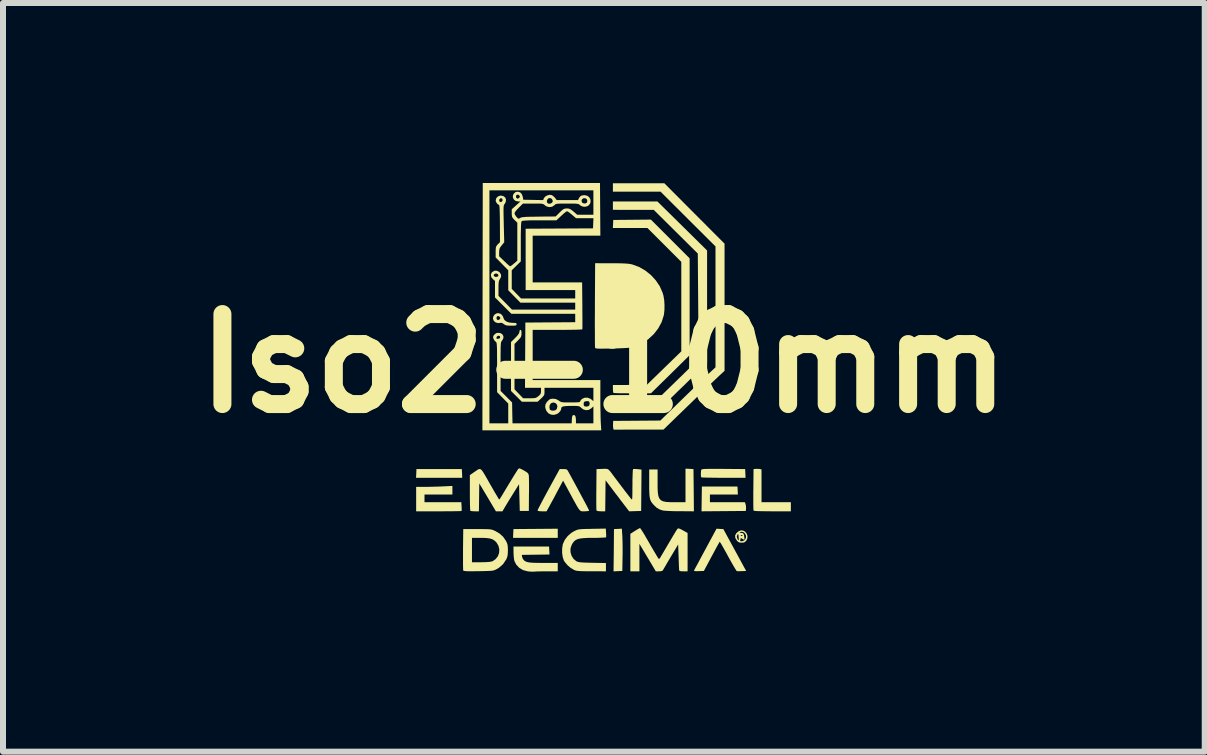
<source format=kicad_pcb>
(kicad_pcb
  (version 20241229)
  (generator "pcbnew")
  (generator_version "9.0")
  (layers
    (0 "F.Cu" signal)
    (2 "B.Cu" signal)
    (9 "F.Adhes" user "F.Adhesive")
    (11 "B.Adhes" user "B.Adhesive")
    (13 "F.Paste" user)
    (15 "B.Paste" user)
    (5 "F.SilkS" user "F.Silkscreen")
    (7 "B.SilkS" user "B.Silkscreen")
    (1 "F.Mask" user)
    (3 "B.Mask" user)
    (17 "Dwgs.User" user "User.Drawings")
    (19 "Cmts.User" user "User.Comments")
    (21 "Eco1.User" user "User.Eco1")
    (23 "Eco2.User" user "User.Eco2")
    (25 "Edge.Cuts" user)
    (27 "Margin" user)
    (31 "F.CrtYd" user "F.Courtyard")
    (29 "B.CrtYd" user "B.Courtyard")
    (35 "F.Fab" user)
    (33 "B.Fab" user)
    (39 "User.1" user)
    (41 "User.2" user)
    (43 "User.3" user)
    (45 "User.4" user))
  (footprint "Iso2-10mm"
    (layer "F.Cu")
    (at 7.014 3.006)
    (property "Reference" "Iso2-10mm" (at 0 0 0) (layer "F.SilkS") (effects (font (size 1.5 1.5) (thickness 0.3))))
    (attr board_only exclude_from_pos_files exclude_from_bom)
    (fp_poly (pts (xy -2.363 1.835) (xy -2.36 1.907) (xy -2.745 1.907) (xy -3.13 1.907) (xy -3.126 1.835) (xy -3.123 1.762) (xy -2.745 1.762) (xy -2.367 1.762)) (stroke (width 0) (type solid)) (fill yes) (layer "F.SilkS"))
    (fp_poly (pts (xy -0.768 2.832) (xy -0.768 2.908) (xy -1.14 2.908) (xy -1.513 2.908) (xy -1.51 2.835) (xy -1.506 2.762) (xy -1.137 2.759) (xy -0.768 2.756)) (stroke (width 0) (type solid)) (fill yes) (layer "F.SilkS"))
    (fp_poly (pts (xy 0.308 2.875) (xy 0.31 2.926) (xy 0.312 2.994) (xy 0.313 3.072) (xy 0.313 3.155) (xy 0.312 3.227) (xy 0.308 3.46) (xy 0.235 3.463) (xy 0.162 3.467) (xy 0.166 3.115) (xy 0.169 2.762) (xy 0.234 2.759) (xy 0.3 2.755)) (stroke (width 0) (type solid)) (fill yes) (layer "F.SilkS"))
    (fp_poly (pts (xy 2.231 2.12) (xy 2.234 2.186) (xy 2.001 2.186) (xy 1.768 2.186) (xy 1.768 2.25) (xy 1.768 2.314) (xy 2.059 2.314) (xy 2.35 2.314) (xy 2.362 2.346) (xy 2.369 2.38) (xy 2.37 2.418) (xy 2.37 2.418) (xy 2.367 2.46) (xy 1.997 2.463) (xy 1.628 2.466) (xy 1.631 2.259) (xy 1.634 2.053) (xy 1.931 2.053) (xy 2.227 2.053)) (stroke (width 0) (type solid)) (fill yes) (layer "F.SilkS"))
    (fp_poly (pts (xy 1.978 1.759) (xy 1.995 1.759) (xy 2.355 1.762) (xy 2.359 1.835) (xy 2.362 1.907) (xy 1.997 1.907) (xy 1.907 1.907) (xy 1.825 1.906) (xy 1.753 1.905) (xy 1.694 1.904) (xy 1.652 1.902) (xy 1.628 1.901) (xy 1.624 1.9) (xy 1.619 1.883) (xy 1.617 1.852) (xy 1.618 1.817) (xy 1.621 1.786) (xy 1.626 1.771) (xy 1.634 1.766) (xy 1.653 1.763) (xy 1.684 1.76) (xy 1.73 1.759) (xy 1.793 1.758) (xy 1.875 1.758)) (stroke (width 0) (type solid)) (fill yes) (layer "F.SilkS"))
    (fp_poly (pts (xy 2.601 1.761) (xy 2.628 1.768) (xy 2.628 2.041) (xy 2.628 2.314) (xy 2.873 2.314) (xy 3.117 2.314) (xy 3.117 2.39) (xy 3.117 2.466) (xy 2.808 2.466) (xy 2.71 2.465) (xy 2.634 2.464) (xy 2.576 2.463) (xy 2.535 2.461) (xy 2.51 2.458) (xy 2.497 2.454) (xy 2.494 2.451) (xy 2.493 2.436) (xy 2.492 2.401) (xy 2.491 2.348) (xy 2.491 2.282) (xy 2.491 2.204) (xy 2.491 2.119) (xy 2.492 2.099) (xy 2.495 1.762) (xy 2.534 1.758) (xy 2.57 1.758)) (stroke (width 0) (type solid)) (fill yes) (layer "F.SilkS"))
    (fp_poly (pts (xy -2.524 2.115) (xy -2.524 2.186) (xy -2.756 2.186) (xy -2.989 2.186) (xy -2.989 2.25) (xy -2.989 2.314) (xy -2.682 2.314) (xy -2.375 2.314) (xy -2.371 2.385) (xy -2.369 2.423) (xy -2.37 2.451) (xy -2.372 2.461) (xy -2.384 2.462) (xy -2.417 2.463) (xy -2.467 2.464) (xy -2.533 2.465) (xy -2.61 2.465) (xy -2.697 2.466) (xy -2.752 2.466) (xy -3.128 2.466) (xy -3.128 2.262) (xy -3.128 2.059) (xy -2.992 2.058) (xy -2.925 2.058) (xy -2.845 2.056) (xy -2.763 2.054) (xy -2.689 2.051) (xy -2.524 2.043)) (stroke (width 0) (type solid)) (fill yes) (layer "F.SilkS"))
    (fp_poly (pts (xy 1.107 -2.073) (xy 1.43 -1.75) (xy 1.43 -0.943) (xy 1.43 -0.136) (xy 1.108 0.182) (xy 0.785 0.499) (xy 0.476 0.5) (xy 0.393 0.499) (xy 0.318 0.499) (xy 0.254 0.498) (xy 0.204 0.496) (xy 0.172 0.494) (xy 0.159 0.492) (xy 0.155 0.477) (xy 0.152 0.447) (xy 0.151 0.423) (xy 0.151 0.361) (xy 0.433 0.36) (xy 0.715 0.36) (xy 1.003 0.08) (xy 1.291 -0.2) (xy 1.291 -0.946) (xy 1.291 -1.692) (xy 1.009 -1.974) (xy 0.727 -2.256) (xy 0.438 -2.256) (xy 0.15 -2.256) (xy 0.154 -2.323) (xy 0.157 -2.39) (xy 0.471 -2.393) (xy 0.784 -2.396)) (stroke (width 0) (type solid)) (fill yes) (layer "F.SilkS"))
    (fp_poly (pts (xy -0.909 3.12) (xy -0.906 3.186) (xy -1.136 3.189) (xy -1.367 3.192) (xy -1.363 3.222) (xy -1.352 3.254) (xy -1.339 3.273) (xy -1.322 3.29) (xy -1.301 3.303) (xy -1.274 3.312) (xy -1.237 3.319) (xy -1.188 3.323) (xy -1.122 3.325) (xy -1.038 3.326) (xy -1.006 3.326) (xy -0.768 3.326) (xy -0.768 3.396) (xy -0.768 3.466) (xy -0.935 3.466) (xy -0.999 3.466) (xy -1.06 3.467) (xy -1.112 3.468) (xy -1.147 3.47) (xy -1.153 3.471) (xy -1.195 3.472) (xy -1.245 3.469) (xy -1.269 3.466) (xy -1.346 3.446) (xy -1.41 3.408) (xy -1.46 3.354) (xy -1.49 3.295) (xy -1.497 3.262) (xy -1.502 3.215) (xy -1.505 3.163) (xy -1.505 3.152) (xy -1.506 3.053) (xy -1.21 3.053) (xy -0.913 3.053)) (stroke (width 0) (type solid)) (fill yes) (layer "F.SilkS"))
    (fp_poly (pts (xy 1.428 1.758) (xy 1.494 1.762) (xy 1.498 2.114) (xy 1.501 2.466) (xy 1.265 2.464) (xy 1.19 2.464) (xy 1.121 2.462) (xy 1.061 2.459) (xy 1.015 2.456) (xy 0.987 2.453) (xy 0.985 2.453) (xy 0.925 2.433) (xy 0.875 2.402) (xy 0.832 2.36) (xy 0.808 2.332) (xy 0.789 2.306) (xy 0.776 2.279) (xy 0.767 2.246) (xy 0.761 2.204) (xy 0.758 2.15) (xy 0.756 2.079) (xy 0.756 2.001) (xy 0.756 1.768) (xy 0.826 1.768) (xy 0.896 1.768) (xy 0.896 1.98) (xy 0.896 2.077) (xy 0.9 2.153) (xy 0.909 2.211) (xy 0.926 2.253) (xy 0.952 2.282) (xy 0.989 2.3) (xy 1.041 2.31) (xy 1.109 2.314) (xy 1.189 2.314) (xy 1.361 2.314) (xy 1.361 2.035) (xy 1.361 1.755)) (stroke (width 0) (type solid)) (fill yes) (layer "F.SilkS"))
    (fp_poly (pts (xy 1.935 2.759) (xy 1.992 2.762) (xy 2.182 3.111) (xy 2.372 3.46) (xy 2.301 3.463) (xy 2.261 3.464) (xy 2.229 3.464) (xy 2.216 3.462) (xy 2.206 3.45) (xy 2.188 3.421) (xy 2.162 3.378) (xy 2.13 3.322) (xy 2.094 3.258) (xy 2.069 3.212) (xy 2.032 3.144) (xy 1.998 3.084) (xy 1.97 3.034) (xy 1.948 2.997) (xy 1.934 2.977) (xy 1.931 2.973) (xy 1.924 2.985) (xy 1.907 3.014) (xy 1.883 3.057) (xy 1.853 3.113) (xy 1.819 3.177) (xy 1.796 3.219) (xy 1.667 3.46) (xy 1.582 3.463) (xy 1.539 3.464) (xy 1.511 3.461) (xy 1.502 3.456) (xy 1.502 3.456) (xy 1.508 3.443) (xy 1.524 3.413) (xy 1.549 3.367) (xy 1.581 3.308) (xy 1.618 3.238) (xy 1.66 3.16) (xy 1.692 3.101) (xy 1.878 2.756)) (stroke (width 0) (type solid)) (fill yes) (layer "F.SilkS"))
    (fp_poly (pts (xy -1.722 -0.827) (xy -1.691 -0.799) (xy -1.674 -0.762) (xy -1.673 -0.756) (xy -1.657 -0.723) (xy -1.623 -0.697) (xy -1.575 -0.68) (xy -1.522 -0.675) (xy -1.483 -0.674) (xy -1.463 -0.67) (xy -1.455 -0.661) (xy -1.454 -0.651) (xy -1.456 -0.64) (xy -1.465 -0.633) (xy -1.486 -0.629) (xy -1.524 -0.628) (xy -1.544 -0.628) (xy -1.593 -0.629) (xy -1.625 -0.633) (xy -1.649 -0.642) (xy -1.669 -0.656) (xy -1.697 -0.674) (xy -1.721 -0.676) (xy -1.73 -0.674) (xy -1.766 -0.671) (xy -1.804 -0.683) (xy -1.833 -0.707) (xy -1.848 -0.742) (xy -1.845 -0.768) (xy -1.789 -0.768) (xy -1.787 -0.74) (xy -1.787 -0.739) (xy -1.772 -0.723) (xy -1.764 -0.721) (xy -1.743 -0.729) (xy -1.733 -0.739) (xy -1.724 -0.757) (xy -1.733 -0.773) (xy -1.756 -0.789) (xy -1.777 -0.785) (xy -1.789 -0.768) (xy -1.845 -0.768) (xy -1.843 -0.779) (xy -1.823 -0.811) (xy -1.791 -0.832) (xy -1.76 -0.837)) (stroke (width 0) (type solid)) (fill yes) (layer "F.SilkS"))
    (fp_poly (pts (xy 1.307 -2.29) (xy 1.721 -1.881) (xy 1.721 -0.945) (xy 1.721 -0.009) (xy 1.468 0.237) (xy 1.395 0.309) (xy 1.317 0.385) (xy 1.239 0.46) (xy 1.166 0.532) (xy 1.101 0.595) (xy 1.053 0.642) (xy 0.89 0.802) (xy 0.526 0.802) (xy 0.421 0.802) (xy 0.338 0.802) (xy 0.273 0.801) (xy 0.225 0.799) (xy 0.192 0.797) (xy 0.171 0.794) (xy 0.159 0.79) (xy 0.156 0.786) (xy 0.153 0.766) (xy 0.153 0.732) (xy 0.153 0.714) (xy 0.157 0.657) (xy 0.501 0.651) (xy 0.846 0.645) (xy 1.187 0.314) (xy 1.262 0.241) (xy 1.332 0.173) (xy 1.396 0.11) (xy 1.452 0.056) (xy 1.498 0.011) (xy 1.531 -0.022) (xy 1.551 -0.041) (xy 1.554 -0.044) (xy 1.58 -0.071) (xy 1.573 -0.951) (xy 1.566 -1.83) (xy 1.199 -2.194) (xy 0.832 -2.558) (xy 0.491 -2.558) (xy 0.151 -2.559) (xy 0.151 -2.628) (xy 0.151 -2.698) (xy 0.522 -2.698) (xy 0.893 -2.698)) (stroke (width 0) (type solid)) (fill yes) (layer "F.SilkS"))
    (fp_poly (pts (xy 1.51 -2.498) (xy 2.012 -1.995) (xy 2.012 -0.935) (xy 2.012 0.125) (xy 1.951 0.181) (xy 1.924 0.206) (xy 1.883 0.245) (xy 1.829 0.296) (xy 1.766 0.357) (xy 1.694 0.426) (xy 1.617 0.5) (xy 1.537 0.577) (xy 1.456 0.656) (xy 1.375 0.734) (xy 1.298 0.809) (xy 1.226 0.878) (xy 1.17 0.933) (xy 0.994 1.104) (xy 0.579 1.104) (xy 0.163 1.105) (xy 0.156 1.078) (xy 0.153 1.048) (xy 0.153 1.01) (xy 0.153 1.005) (xy 0.157 0.959) (xy 0.549 0.956) (xy 0.942 0.953) (xy 1.166 0.735) (xy 1.277 0.626) (xy 1.382 0.524) (xy 1.48 0.429) (xy 1.569 0.343) (xy 1.647 0.268) (xy 1.712 0.205) (xy 1.764 0.156) (xy 1.794 0.128) (xy 1.861 0.066) (xy 1.861 -0.942) (xy 1.861 -1.949) (xy 1.403 -2.405) (xy 0.946 -2.861) (xy 0.549 -2.861) (xy 0.151 -2.861) (xy 0.151 -2.931) (xy 0.151 -3.001) (xy 0.58 -3.001) (xy 1.009 -3.001)) (stroke (width 0) (type solid)) (fill yes) (layer "F.SilkS"))
    (fp_poly (pts (xy -0.639 1.763) (xy -0.618 1.769) (xy -0.603 1.785) (xy -0.593 1.803) (xy -0.543 1.894) (xy -0.493 1.986) (xy -0.444 2.076) (xy -0.398 2.162) (xy -0.356 2.241) (xy -0.318 2.311) (xy -0.287 2.369) (xy -0.264 2.415) (xy -0.249 2.444) (xy -0.244 2.455) (xy -0.255 2.46) (xy -0.283 2.464) (xy -0.32 2.466) (xy -0.343 2.466) (xy -0.362 2.466) (xy -0.378 2.463) (xy -0.393 2.455) (xy -0.408 2.439) (xy -0.426 2.415) (xy -0.448 2.379) (xy -0.475 2.33) (xy -0.511 2.266) (xy -0.555 2.183) (xy -0.564 2.167) (xy -0.679 1.955) (xy -0.789 2.161) (xy -0.824 2.228) (xy -0.858 2.29) (xy -0.888 2.345) (xy -0.911 2.388) (xy -0.926 2.415) (xy -0.927 2.416) (xy -0.955 2.466) (xy -1.03 2.466) (xy -1.075 2.464) (xy -1.099 2.458) (xy -1.105 2.451) (xy -1.099 2.438) (xy -1.084 2.406) (xy -1.06 2.36) (xy -1.029 2.3) (xy -0.992 2.231) (xy -0.95 2.153) (xy -0.921 2.099) (xy -0.736 1.762) (xy -0.676 1.762)) (stroke (width 0) (type solid)) (fill yes) (layer "F.SilkS"))
    (fp_poly (pts (xy 0.128 -1.668) (xy 0.222 -1.668) (xy 0.297 -1.667) (xy 0.355 -1.664) (xy 0.4 -1.661) (xy 0.437 -1.656) (xy 0.467 -1.65) (xy 0.475 -1.648) (xy 0.587 -1.607) (xy 0.691 -1.547) (xy 0.786 -1.471) (xy 0.867 -1.382) (xy 0.933 -1.284) (xy 0.979 -1.178) (xy 0.994 -1.127) (xy 1.006 -1.055) (xy 1.011 -0.973) (xy 1.01 -0.889) (xy 1.002 -0.815) (xy 0.999 -0.8) (xy 0.964 -0.689) (xy 0.908 -0.585) (xy 0.835 -0.49) (xy 0.746 -0.407) (xy 0.644 -0.338) (xy 0.532 -0.286) (xy 0.483 -0.271) (xy 0.45 -0.264) (xy 0.399 -0.258) (xy 0.329 -0.254) (xy 0.239 -0.25) (xy 0.143 -0.247) (xy 0.053 -0.246) (xy -0.016 -0.245) (xy -0.067 -0.245) (xy -0.103 -0.246) (xy -0.126 -0.249) (xy -0.139 -0.252) (xy -0.145 -0.257) (xy -0.146 -0.258) (xy -0.147 -0.273) (xy -0.148 -0.308) (xy -0.149 -0.363) (xy -0.149 -0.435) (xy -0.149 -0.522) (xy -0.15 -0.621) (xy -0.15 -0.731) (xy -0.149 -0.85) (xy -0.149 -0.972) (xy -0.145 -1.669)) (stroke (width 0) (type solid)) (fill yes) (layer "F.SilkS"))
    (fp_poly (pts (xy 0.059 1.761) (xy 0.078 1.771) (xy 0.098 1.791) (xy 0.123 1.822) (xy 0.157 1.868) (xy 0.183 1.903) (xy 0.22 1.952) (xy 0.263 2.009) (xy 0.31 2.071) (xy 0.356 2.132) (xy 0.399 2.187) (xy 0.434 2.232) (xy 0.456 2.26) (xy 0.463 2.267) (xy 0.468 2.268) (xy 0.471 2.261) (xy 0.474 2.243) (xy 0.475 2.211) (xy 0.476 2.163) (xy 0.476 2.096) (xy 0.477 2.027) (xy 0.477 1.949) (xy 0.479 1.88) (xy 0.481 1.825) (xy 0.483 1.785) (xy 0.487 1.765) (xy 0.488 1.762) (xy 0.504 1.76) (xy 0.536 1.761) (xy 0.563 1.763) (xy 0.628 1.771) (xy 0.625 2.115) (xy 0.622 2.46) (xy 0.522 2.463) (xy 0.422 2.466) (xy 0.353 2.376) (xy 0.322 2.335) (xy 0.281 2.282) (xy 0.235 2.22) (xy 0.186 2.157) (xy 0.156 2.117) (xy 0.029 1.949) (xy 0.026 2.207) (xy 0.023 2.466) (xy -0.047 2.466) (xy -0.093 2.463) (xy -0.118 2.456) (xy -0.123 2.451) (xy -0.124 2.436) (xy -0.125 2.401) (xy -0.126 2.348) (xy -0.126 2.282) (xy -0.126 2.204) (xy -0.125 2.119) (xy -0.125 2.099) (xy -0.122 1.762) (xy -0.026 1.759) (xy 0.011 1.757) (xy 0.038 1.757)) (stroke (width 0) (type solid)) (fill yes) (layer "F.SilkS"))
    (fp_poly (pts (xy 0.037 2.822) (xy 0.039 2.86) (xy 0.039 2.888) (xy 0.038 2.899) (xy 0.025 2.902) (xy -0.007 2.904) (xy -0.054 2.906) (xy -0.113 2.908) (xy -0.172 2.908) (xy -0.267 2.909) (xy -0.341 2.913) (xy -0.399 2.92) (xy -0.443 2.932) (xy -0.477 2.95) (xy -0.503 2.974) (xy -0.525 3.006) (xy -0.537 3.029) (xy -0.556 3.087) (xy -0.555 3.149) (xy -0.537 3.209) (xy -0.504 3.26) (xy -0.458 3.298) (xy -0.454 3.3) (xy -0.435 3.307) (xy -0.411 3.313) (xy -0.378 3.317) (xy -0.332 3.32) (xy -0.27 3.322) (xy -0.189 3.324) (xy 0.035 3.328) (xy 0.035 3.397) (xy 0.035 3.466) (xy -0.206 3.465) (xy -0.29 3.465) (xy -0.353 3.464) (xy -0.401 3.462) (xy -0.436 3.459) (xy -0.462 3.455) (xy -0.482 3.449) (xy -0.496 3.443) (xy -0.553 3.409) (xy -0.607 3.363) (xy -0.65 3.311) (xy -0.666 3.286) (xy -0.685 3.23) (xy -0.695 3.161) (xy -0.695 3.088) (xy -0.685 3.02) (xy -0.682 3.01) (xy -0.651 2.942) (xy -0.602 2.878) (xy -0.54 2.824) (xy -0.491 2.795) (xy -0.467 2.784) (xy -0.446 2.775) (xy -0.423 2.769) (xy -0.394 2.765) (xy -0.356 2.762) (xy -0.304 2.76) (xy -0.235 2.759) (xy -0.196 2.758) (xy 0.033 2.754)) (stroke (width 0) (type solid)) (fill yes) (layer "F.SilkS"))
    (fp_poly (pts (xy 0.612 2.754) (xy 0.63 2.781) (xy 0.655 2.82) (xy 0.685 2.869) (xy 0.698 2.893) (xy 0.746 2.975) (xy 0.791 3.054) (xy 0.833 3.125) (xy 0.868 3.184) (xy 0.895 3.229) (xy 0.904 3.243) (xy 0.913 3.256) (xy 0.921 3.26) (xy 0.932 3.25) (xy 0.948 3.225) (xy 0.964 3.197) (xy 1.028 3.089) (xy 1.08 3) (xy 1.123 2.928) (xy 1.157 2.87) (xy 1.183 2.827) (xy 1.202 2.795) (xy 1.216 2.774) (xy 1.225 2.762) (xy 1.228 2.758) (xy 1.238 2.751) (xy 1.255 2.753) (xy 1.282 2.764) (xy 1.319 2.784) (xy 1.396 2.827) (xy 1.396 3.146) (xy 1.396 3.466) (xy 1.326 3.466) (xy 1.286 3.465) (xy 1.265 3.46) (xy 1.256 3.451) (xy 1.255 3.445) (xy 1.254 3.427) (xy 1.252 3.391) (xy 1.25 3.339) (xy 1.248 3.277) (xy 1.246 3.222) (xy 1.239 3.018) (xy 1.121 3.216) (xy 1.084 3.278) (xy 1.05 3.335) (xy 1.022 3.384) (xy 1.001 3.419) (xy 0.99 3.439) (xy 0.99 3.44) (xy 0.977 3.456) (xy 0.955 3.464) (xy 0.921 3.466) (xy 0.866 3.466) (xy 0.73 3.237) (xy 0.593 3.008) (xy 0.593 3.237) (xy 0.593 3.466) (xy 0.518 3.466) (xy 0.442 3.466) (xy 0.442 3.154) (xy 0.442 2.841) (xy 0.517 2.793) (xy 0.555 2.77) (xy 0.585 2.753) (xy 0.602 2.745) (xy 0.603 2.745)) (stroke (width 0) (type solid)) (fill yes) (layer "F.SilkS"))
    (fp_poly (pts (xy -2.031 2.762) (xy -1.971 2.763) (xy -1.927 2.764) (xy -1.894 2.767) (xy -1.868 2.771) (xy -1.847 2.778) (xy -1.826 2.787) (xy -1.814 2.792) (xy -1.737 2.837) (xy -1.677 2.892) (xy -1.633 2.956) (xy -1.616 2.99) (xy -1.606 3.02) (xy -1.601 3.055) (xy -1.599 3.102) (xy -1.599 3.117) (xy -1.601 3.172) (xy -1.606 3.212) (xy -1.616 3.244) (xy -1.627 3.268) (xy -1.679 3.346) (xy -1.747 3.406) (xy -1.785 3.429) (xy -1.805 3.439) (xy -1.824 3.447) (xy -1.845 3.453) (xy -1.872 3.457) (xy -1.908 3.459) (xy -1.958 3.461) (xy -2.024 3.463) (xy -2.091 3.464) (xy -2.176 3.465) (xy -2.24 3.465) (xy -2.286 3.464) (xy -2.317 3.461) (xy -2.335 3.458) (xy -2.343 3.453) (xy -2.344 3.452) (xy -2.345 3.437) (xy -2.346 3.401) (xy -2.347 3.349) (xy -2.347 3.282) (xy -2.347 3.205) (xy -2.347 3.119) (xy -2.347 3.111) (xy -2.198 3.111) (xy -2.198 3.315) (xy -2.047 3.315) (xy -1.965 3.313) (xy -1.905 3.309) (xy -1.865 3.301) (xy -1.858 3.299) (xy -1.805 3.264) (xy -1.767 3.217) (xy -1.746 3.161) (xy -1.742 3.1) (xy -1.756 3.041) (xy -1.789 2.986) (xy -1.798 2.976) (xy -1.828 2.949) (xy -1.862 2.93) (xy -1.903 2.918) (xy -1.957 2.911) (xy -2.028 2.908) (xy -2.063 2.908) (xy -2.198 2.908) (xy -2.198 3.111) (xy -2.347 3.111) (xy -2.347 3.099) (xy -2.343 2.762) (xy -2.111 2.762)) (stroke (width 0) (type solid)) (fill yes) (layer "F.SilkS"))
    (fp_poly (pts (xy -1.397 1.753) (xy -1.37 1.765) (xy -1.333 1.785) (xy -1.293 1.809) (xy -1.268 1.828) (xy -1.256 1.846) (xy -1.251 1.865) (xy -1.249 1.886) (xy -1.248 1.928) (xy -1.247 1.985) (xy -1.247 2.054) (xy -1.247 2.131) (xy -1.248 2.181) (xy -1.25 2.46) (xy -1.326 2.46) (xy -1.401 2.46) (xy -1.407 2.237) (xy -1.413 2.014) (xy -1.502 2.156) (xy -1.539 2.216) (xy -1.577 2.277) (xy -1.611 2.333) (xy -1.638 2.378) (xy -1.64 2.381) (xy -1.69 2.466) (xy -1.744 2.466) (xy -1.799 2.466) (xy -1.937 2.233) (xy -2.076 2.001) (xy -2.079 2.233) (xy -2.082 2.466) (xy -2.15 2.466) (xy -2.188 2.464) (xy -2.215 2.461) (xy -2.225 2.458) (xy -2.227 2.445) (xy -2.229 2.411) (xy -2.231 2.361) (xy -2.232 2.297) (xy -2.233 2.223) (xy -2.233 2.156) (xy -2.233 1.862) (xy -2.166 1.816) (xy -2.132 1.793) (xy -2.105 1.774) (xy -2.084 1.763) (xy -2.065 1.761) (xy -2.047 1.769) (xy -2.028 1.789) (xy -2.005 1.823) (xy -1.976 1.872) (xy -1.938 1.938) (xy -1.9 2.006) (xy -1.859 2.077) (xy -1.823 2.14) (xy -1.791 2.193) (xy -1.767 2.234) (xy -1.751 2.26) (xy -1.745 2.268) (xy -1.742 2.267) (xy -1.739 2.265) (xy -1.733 2.258) (xy -1.724 2.244) (xy -1.71 2.222) (xy -1.69 2.189) (xy -1.662 2.142) (xy -1.625 2.081) (xy -1.577 2.001) (xy -1.573 1.995) (xy -1.533 1.929) (xy -1.497 1.87) (xy -1.466 1.821) (xy -1.442 1.783) (xy -1.428 1.762) (xy -1.425 1.758) (xy -1.414 1.751)) (stroke (width 0) (type solid)) (fill yes) (layer "F.SilkS"))
    (fp_poly (pts (xy 2.324 2.788) (xy 2.357 2.807) (xy 2.381 2.838) (xy 2.394 2.876) (xy 2.392 2.917) (xy 2.373 2.957) (xy 2.372 2.958) (xy 2.35 2.979) (xy 2.322 2.988) (xy 2.297 2.989) (xy 2.261 2.986) (xy 2.235 2.973) (xy 2.217 2.953) (xy 2.191 2.91) (xy 2.189 2.887) (xy 2.216 2.887) (xy 2.225 2.923) (xy 2.236 2.939) (xy 2.247 2.952) (xy 2.249 2.954) (xy 2.249 2.944) (xy 2.248 2.917) (xy 2.246 2.893) (xy 2.244 2.872) (xy 2.279 2.872) (xy 2.288 2.879) (xy 2.297 2.877) (xy 2.312 2.869) (xy 2.314 2.866) (xy 2.305 2.861) (xy 2.297 2.861) (xy 2.281 2.867) (xy 2.279 2.872) (xy 2.244 2.872) (xy 2.243 2.859) (xy 2.239 2.845) (xy 2.233 2.847) (xy 2.226 2.855) (xy 2.216 2.887) (xy 2.189 2.887) (xy 2.188 2.869) (xy 2.209 2.83) (xy 2.225 2.817) (xy 2.262 2.817) (xy 2.266 2.821) (xy 2.291 2.826) (xy 2.317 2.831) (xy 2.33 2.843) (xy 2.337 2.868) (xy 2.339 2.884) (xy 2.343 2.916) (xy 2.344 2.937) (xy 2.343 2.94) (xy 2.332 2.938) (xy 2.311 2.925) (xy 2.31 2.925) (xy 2.289 2.914) (xy 2.28 2.916) (xy 2.279 2.917) (xy 2.276 2.938) (xy 2.272 2.947) (xy 2.275 2.961) (xy 2.291 2.966) (xy 2.315 2.962) (xy 2.34 2.95) (xy 2.349 2.942) (xy 2.368 2.911) (xy 2.37 2.876) (xy 2.357 2.843) (xy 2.334 2.818) (xy 2.302 2.807) (xy 2.276 2.81) (xy 2.262 2.817) (xy 2.225 2.817) (xy 2.247 2.798) (xy 2.287 2.783)) (stroke (width 0) (type solid)) (fill yes) (layer "F.SilkS"))
    (fp_poly (pts (xy -0.061 -2.567) (xy -0.058 -2.128) (xy -0.622 -2.128) (xy -1.186 -2.128) (xy -1.186 -1.739) (xy -1.186 -1.349) (xy -0.774 -1.349) (xy -0.362 -1.349) (xy -0.358 -0.962) (xy -0.358 -0.87) (xy -0.357 -0.784) (xy -0.357 -0.709) (xy -0.357 -0.648) (xy -0.357 -0.601) (xy -0.358 -0.574) (xy -0.358 -0.567) (xy -0.37 -0.565) (xy -0.403 -0.563) (xy -0.454 -0.561) (xy -0.52 -0.56) (xy -0.598 -0.559) (xy -0.687 -0.558) (xy -0.774 -0.558) (xy -1.186 -0.558) (xy -1.186 -0.14) (xy -1.186 0.279) (xy -0.622 0.279) (xy -0.058 0.279) (xy -0.058 0.567) (xy -0.058 0.656) (xy -0.057 0.745) (xy -0.055 0.83) (xy -0.054 0.905) (xy -0.052 0.964) (xy -0.051 0.986) (xy -0.043 1.116) (xy -1.033 1.116) (xy -2.024 1.116) (xy -2.021 -0.942) (xy -1.907 -0.942) (xy -1.907 1) (xy -1.75 1) (xy -1.593 1) (xy -1.593 0.835) (xy -1.593 0.67) (xy -1.686 0.575) (xy -1.779 0.48) (xy -1.779 0.066) (xy -1.779 -0.043) (xy -1.78 -0.132) (xy -1.78 -0.201) (xy -1.781 -0.255) (xy -1.783 -0.294) (xy -1.785 -0.321) (xy -1.788 -0.339) (xy -1.792 -0.351) (xy -1.797 -0.357) (xy -1.801 -0.36) (xy -1.821 -0.378) (xy -1.837 -0.407) (xy -1.838 -0.407) (xy -1.845 -0.432) (xy -1.789 -0.432) (xy -1.789 -0.413) (xy -1.776 -0.408) (xy -1.76 -0.409) (xy -1.735 -0.417) (xy -1.727 -0.436) (xy -1.727 -0.436) (xy -1.735 -0.455) (xy -1.754 -0.461) (xy -1.774 -0.455) (xy -1.788 -0.438) (xy -1.789 -0.432) (xy -1.845 -0.432) (xy -1.846 -0.435) (xy -1.841 -0.457) (xy -1.829 -0.475) (xy -1.797 -0.502) (xy -1.766 -0.509) (xy -1.722 -0.504) (xy -1.691 -0.484) (xy -1.674 -0.453) (xy -1.675 -0.417) (xy -1.695 -0.381) (xy -1.697 -0.38) (xy -1.703 -0.372) (xy -1.708 -0.363) (xy -1.713 -0.35) (xy -1.716 -0.331) (xy -1.718 -0.303) (xy -1.72 -0.264) (xy -1.72 -0.212) (xy -1.721 -0.144) (xy -1.721 -0.057) (xy -1.721 0.05) (xy -1.721 0.053) (xy -1.721 0.459) (xy -1.625 0.555) (xy -1.529 0.652) (xy -1.526 0.826) (xy -1.522 1) (xy -1.029 1) (xy -0.536 1) (xy -0.533 0.933) (xy -0.529 0.894) (xy -0.523 0.873) (xy -0.512 0.864) (xy -0.507 0.862) (xy -0.485 0.865) (xy -0.472 0.886) (xy -0.466 0.926) (xy -0.465 0.945) (xy -0.465 1) (xy -0.32 1) (xy -0.174 1) (xy -0.174 0.858) (xy -0.174 0.717) (xy -0.207 0.748) (xy -0.25 0.775) (xy -0.298 0.781) (xy -0.345 0.766) (xy -0.374 0.744) (xy -0.391 0.728) (xy -0.407 0.718) (xy -0.428 0.712) (xy -0.459 0.71) (xy -0.507 0.709) (xy -0.523 0.709) (xy -0.595 0.71) (xy -0.646 0.713) (xy -0.68 0.719) (xy -0.7 0.728) (xy -0.709 0.741) (xy -0.709 0.749) (xy -0.72 0.787) (xy -0.749 0.822) (xy -0.779 0.843) (xy -0.832 0.859) (xy -0.881 0.854) (xy -0.925 0.832) (xy -0.957 0.793) (xy -0.975 0.743) (xy -0.976 0.732) (xy -0.907 0.732) (xy -0.901 0.765) (xy -0.893 0.777) (xy -0.872 0.786) (xy -0.841 0.789) (xy -0.837 0.788) (xy -0.805 0.78) (xy -0.785 0.76) (xy -0.782 0.753) (xy -0.774 0.717) (xy -0.782 0.689) (xy -0.336 0.689) (xy -0.333 0.704) (xy -0.317 0.717) (xy -0.29 0.721) (xy -0.262 0.715) (xy -0.244 0.704) (xy -0.236 0.678) (xy -0.238 0.657) (xy -0.245 0.637) (xy -0.261 0.63) (xy -0.288 0.63) (xy -0.318 0.636) (xy -0.332 0.648) (xy -0.335 0.661) (xy -0.336 0.689) (xy -0.782 0.689) (xy -0.784 0.685) (xy -0.806 0.662) (xy -0.837 0.652) (xy -0.869 0.659) (xy -0.886 0.671) (xy -0.902 0.697) (xy -0.907 0.732) (xy -0.976 0.732) (xy -0.977 0.716) (xy -0.971 0.68) (xy -0.95 0.645) (xy -0.938 0.632) (xy -0.911 0.605) (xy -0.886 0.593) (xy -0.852 0.589) (xy -0.846 0.589) (xy -0.798 0.595) (xy -0.758 0.616) (xy -0.752 0.62) (xy -0.734 0.633) (xy -0.718 0.641) (xy -0.697 0.647) (xy -0.668 0.65) (xy -0.625 0.651) (xy -0.565 0.651) (xy -0.553 0.651) (xy -0.488 0.651) (xy -0.443 0.649) (xy -0.415 0.647) (xy -0.4 0.642) (xy -0.395 0.635) (xy -0.395 0.635) (xy -0.387 0.617) (xy -0.366 0.595) (xy -0.365 0.594) (xy -0.321 0.573) (xy -0.271 0.572) (xy -0.224 0.59) (xy -0.21 0.6) (xy -0.174 0.63) (xy -0.174 0.519) (xy -0.174 0.407) (xy -0.582 0.407) (xy -0.989 0.407) (xy -0.989 0.469) (xy -0.99 0.504) (xy -0.995 0.528) (xy -1.01 0.549) (xy -1.036 0.577) (xy -1.046 0.586) (xy -1.104 0.64) (xy -1.235 0.64) (xy -1.366 0.64) (xy -1.456 0.55) (xy -1.547 0.46) (xy -1.547 0.052) (xy -1.547 -0.355) (xy -1.477 -0.424) (xy -1.439 -0.465) (xy -1.417 -0.495) (xy -1.408 -0.519) (xy -1.407 -0.526) (xy -1.402 -0.552) (xy -1.39 -0.558) (xy -1.379 -0.552) (xy -1.373 -0.53) (xy -1.372 -0.5) (xy -1.374 -0.469) (xy -1.38 -0.445) (xy -1.395 -0.421) (xy -1.423 -0.39) (xy -1.43 -0.383) (xy -1.489 -0.323) (xy -1.489 0.055) (xy -1.489 0.432) (xy -1.417 0.507) (xy -1.345 0.582) (xy -1.239 0.582) (xy -1.188 0.581) (xy -1.154 0.579) (xy -1.131 0.573) (xy -1.111 0.562) (xy -1.09 0.546) (xy -1.063 0.521) (xy -1.05 0.497) (xy -1.047 0.466) (xy -1.047 0.459) (xy -1.047 0.407) (xy -1.181 0.407) (xy -1.314 0.407) (xy -1.311 -0.137) (xy -1.308 -0.68) (xy -0.893 -0.683) (xy -0.477 -0.686) (xy -0.477 -0.756) (xy -0.477 -0.826) (xy -1.009 -0.826) (xy -1.541 -0.826) (xy -1.678 -0.963) (xy -1.814 -1.099) (xy -1.814 -1.237) (xy -1.814 -1.374) (xy -1.849 -1.403) (xy -1.877 -1.438) (xy -1.881 -1.463) (xy -1.836 -1.463) (xy -1.819 -1.445) (xy -1.817 -1.444) (xy -1.795 -1.44) (xy -1.771 -1.446) (xy -1.757 -1.458) (xy -1.756 -1.463) (xy -1.766 -1.487) (xy -1.791 -1.498) (xy -1.807 -1.496) (xy -1.832 -1.482) (xy -1.836 -1.463) (xy -1.881 -1.463) (xy -1.884 -1.476) (xy -1.869 -1.512) (xy -1.859 -1.523) (xy -1.821 -1.544) (xy -1.781 -1.543) (xy -1.742 -1.522) (xy -1.738 -1.518) (xy -1.714 -1.481) (xy -1.713 -1.442) (xy -1.733 -1.404) (xy -1.743 -1.387) (xy -1.75 -1.367) (xy -1.754 -1.337) (xy -1.756 -1.292) (xy -1.756 -1.25) (xy -1.756 -1.125) (xy -1.643 -1.01) (xy -1.531 -0.896) (xy -1.004 -0.896) (xy -0.477 -0.896) (xy -0.477 -0.954) (xy -0.477 -1.012) (xy -0.934 -1.012) (xy -1.391 -1.012) (xy -1.492 -1.115) (xy -1.593 -1.218) (xy -1.593 -1.385) (xy -1.593 -1.551) (xy -1.535 -1.551) (xy -1.535 -1.397) (xy -1.535 -1.242) (xy -1.458 -1.162) (xy -1.38 -1.082) (xy -0.928 -1.082) (xy -0.477 -1.082) (xy -0.477 -1.151) (xy -0.477 -1.221) (xy -0.89 -1.221) (xy -1.303 -1.221) (xy -1.303 -1.733) (xy -1.303 -2.244) (xy -0.741 -2.247) (xy -0.18 -2.25) (xy -0.177 -2.335) (xy -0.173 -2.419) (xy -0.318 -2.419) (xy -0.463 -2.419) (xy -0.531 -2.477) (xy -0.565 -2.505) (xy -0.594 -2.526) (xy -0.612 -2.535) (xy -0.614 -2.535) (xy -0.628 -2.528) (xy -0.655 -2.508) (xy -0.689 -2.478) (xy -0.709 -2.46) (xy -0.79 -2.384) (xy -1.073 -2.384) (xy -1.171 -2.384) (xy -1.247 -2.383) (xy -1.304 -2.38) (xy -1.342 -2.377) (xy -1.364 -2.373) (xy -1.37 -2.37) (xy -1.374 -2.359) (xy -1.378 -2.332) (xy -1.381 -2.29) (xy -1.382 -2.229) (xy -1.384 -2.149) (xy -1.384 -2.048) (xy -1.384 -2.028) (xy -1.384 -1.7) (xy -1.46 -1.625) (xy -1.535 -1.551) (xy -1.593 -1.551) (xy -1.593 -1.551) (xy -1.698 -1.658) (xy -1.803 -1.765) (xy -1.803 -1.856) (xy -1.802 -1.903) (xy -1.799 -1.933) (xy -1.791 -1.954) (xy -1.777 -1.973) (xy -1.767 -1.984) (xy -1.731 -2.02) (xy -1.732 -2.327) (xy -1.733 -2.432) (xy -1.735 -2.515) (xy -1.737 -2.576) (xy -1.74 -2.616) (xy -1.744 -2.636) (xy -1.746 -2.639) (xy -1.774 -2.657) (xy -1.795 -2.687) (xy -1.801 -2.709) (xy -1.744 -2.709) (xy -1.736 -2.694) (xy -1.717 -2.688) (xy -1.697 -2.698) (xy -1.688 -2.714) (xy -1.691 -2.74) (xy -1.708 -2.752) (xy -1.725 -2.75) (xy -1.741 -2.733) (xy -1.744 -2.709) (xy -1.801 -2.709) (xy -1.803 -2.714) (xy -1.792 -2.754) (xy -1.764 -2.783) (xy -1.724 -2.796) (xy -1.715 -2.796) (xy -1.672 -2.787) (xy -1.643 -2.762) (xy -1.63 -2.728) (xy -1.636 -2.688) (xy -1.652 -2.659) (xy -1.659 -2.649) (xy -1.665 -2.638) (xy -1.669 -2.623) (xy -1.671 -2.6) (xy -1.672 -2.568) (xy -1.672 -2.523) (xy -1.671 -2.462) (xy -1.669 -2.382) (xy -1.668 -2.323) (xy -1.66 -2.018) (xy -1.702 -1.967) (xy -1.727 -1.934) (xy -1.74 -1.907) (xy -1.744 -1.872) (xy -1.745 -1.851) (xy -1.745 -1.785) (xy -1.657 -1.701) (xy -1.62 -1.666) (xy -1.589 -1.638) (xy -1.568 -1.621) (xy -1.561 -1.617) (xy -1.548 -1.624) (xy -1.524 -1.642) (xy -1.497 -1.664) (xy -1.442 -1.711) (xy -1.442 -2.028) (xy -1.442 -2.345) (xy -1.489 -2.39) (xy -1.515 -2.418) (xy -1.529 -2.441) (xy -1.534 -2.47) (xy -1.535 -2.502) (xy -1.535 -2.568) (xy -1.462 -2.633) (xy -1.39 -2.698) (xy -1.426 -2.698) (xy -1.434 -2.7) (xy -0.95 -2.7) (xy -0.943 -2.675) (xy -0.923 -2.661) (xy -0.921 -2.66) (xy -0.891 -2.662) (xy -0.864 -2.678) (xy -0.853 -2.692) (xy -0.854 -2.711) (xy -0.372 -2.711) (xy -0.364 -2.684) (xy -0.358 -2.677) (xy -0.333 -2.665) (xy -0.304 -2.666) (xy -0.283 -2.68) (xy -0.281 -2.682) (xy -0.275 -2.713) (xy -0.287 -2.74) (xy -0.31 -2.752) (xy -0.341 -2.751) (xy -0.363 -2.735) (xy -0.372 -2.711) (xy -0.854 -2.711) (xy -0.854 -2.719) (xy -0.87 -2.743) (xy -0.896 -2.756) (xy -0.901 -2.756) (xy -0.927 -2.748) (xy -0.944 -2.726) (xy -0.95 -2.7) (xy -1.434 -2.7) (xy -1.469 -2.707) (xy -1.5 -2.731) (xy -1.516 -2.764) (xy -1.515 -2.791) (xy -1.464 -2.791) (xy -1.462 -2.763) (xy -1.461 -2.762) (xy -1.446 -2.747) (xy -1.438 -2.745) (xy -1.417 -2.753) (xy -1.407 -2.762) (xy -1.399 -2.781) (xy -1.407 -2.797) (xy -1.43 -2.812) (xy -1.451 -2.809) (xy -1.464 -2.791) (xy -1.515 -2.791) (xy -1.515 -2.801) (xy -1.5 -2.83) (xy -1.471 -2.855) (xy -1.437 -2.861) (xy -1.396 -2.851) (xy -1.367 -2.821) (xy -1.35 -2.773) (xy -1.35 -2.771) (xy -1.343 -2.727) (xy -1.177 -2.724) (xy -1.011 -2.721) (xy -1 -2.751) (xy -0.979 -2.778) (xy -0.944 -2.799) (xy -0.904 -2.809) (xy -0.877 -2.807) (xy -0.851 -2.794) (xy -0.823 -2.769) (xy -0.816 -2.761) (xy -0.785 -2.721) (xy -0.608 -2.721) (xy -0.431 -2.721) (xy -0.414 -2.755) (xy -0.394 -2.783) (xy -0.367 -2.798) (xy -0.327 -2.803) (xy -0.318 -2.803) (xy -0.275 -2.793) (xy -0.244 -2.769) (xy -0.225 -2.735) (xy -0.22 -2.696) (xy -0.231 -2.659) (xy -0.259 -2.628) (xy -0.27 -2.621) (xy -0.315 -2.609) (xy -0.36 -2.615) (xy -0.397 -2.636) (xy -0.401 -2.64) (xy -0.411 -2.649) (xy -0.424 -2.655) (xy -0.444 -2.659) (xy -0.475 -2.662) (xy -0.52 -2.663) (xy -0.584 -2.663) (xy -0.61 -2.663) (xy -0.68 -2.663) (xy -0.731 -2.662) (xy -0.766 -2.661) (xy -0.79 -2.657) (xy -0.805 -2.652) (xy -0.816 -2.644) (xy -0.826 -2.634) (xy -0.863 -2.61) (xy -0.908 -2.604) (xy -0.953 -2.615) (xy -0.982 -2.634) (xy -0.995 -2.646) (xy -1.009 -2.654) (xy -1.027 -2.659) (xy -1.055 -2.662) (xy -1.096 -2.663) (xy -1.154 -2.663) (xy -1.181 -2.663) (xy -1.348 -2.663) (xy -1.418 -2.594) (xy -1.452 -2.558) (xy -1.477 -2.527) (xy -1.488 -2.504) (xy -1.489 -2.501) (xy -1.481 -2.478) (xy -1.463 -2.449) (xy -1.456 -2.441) (xy -1.434 -2.418) (xy -1.42 -2.411) (xy -1.404 -2.417) (xy -1.393 -2.424) (xy -1.381 -2.43) (xy -1.363 -2.435) (xy -1.337 -2.438) (xy -1.3 -2.441) (xy -1.248 -2.443) (xy -1.179 -2.444) (xy -1.09 -2.445) (xy -1.084 -2.446) (xy -0.803 -2.448) (xy -0.736 -2.515) (xy -0.701 -2.549) (xy -0.675 -2.569) (xy -0.653 -2.578) (xy -0.629 -2.582) (xy -0.617 -2.582) (xy -0.586 -2.58) (xy -0.56 -2.57) (xy -0.53 -2.55) (xy -0.505 -2.53) (xy -0.444 -2.477) (xy -0.309 -2.477) (xy -0.174 -2.477) (xy -0.174 -2.681) (xy -0.174 -2.884) (xy -1.041 -2.884) (xy -1.907 -2.884) (xy -1.907 -0.942) (xy -2.021 -0.942) (xy -2.021 -0.945) (xy -2.018 -3.006) (xy -1.041 -3.006) (xy -0.064 -3.006)) (stroke (width 0) (type solid)) (fill yes) (layer "F.SilkS")))
  (gr_rect
    (start -3 -3)
    (end 17.029 9.478)
    (stroke (width 0.1) (type default))
    (fill no)
    (layer "Edge.Cuts")))
</source>
